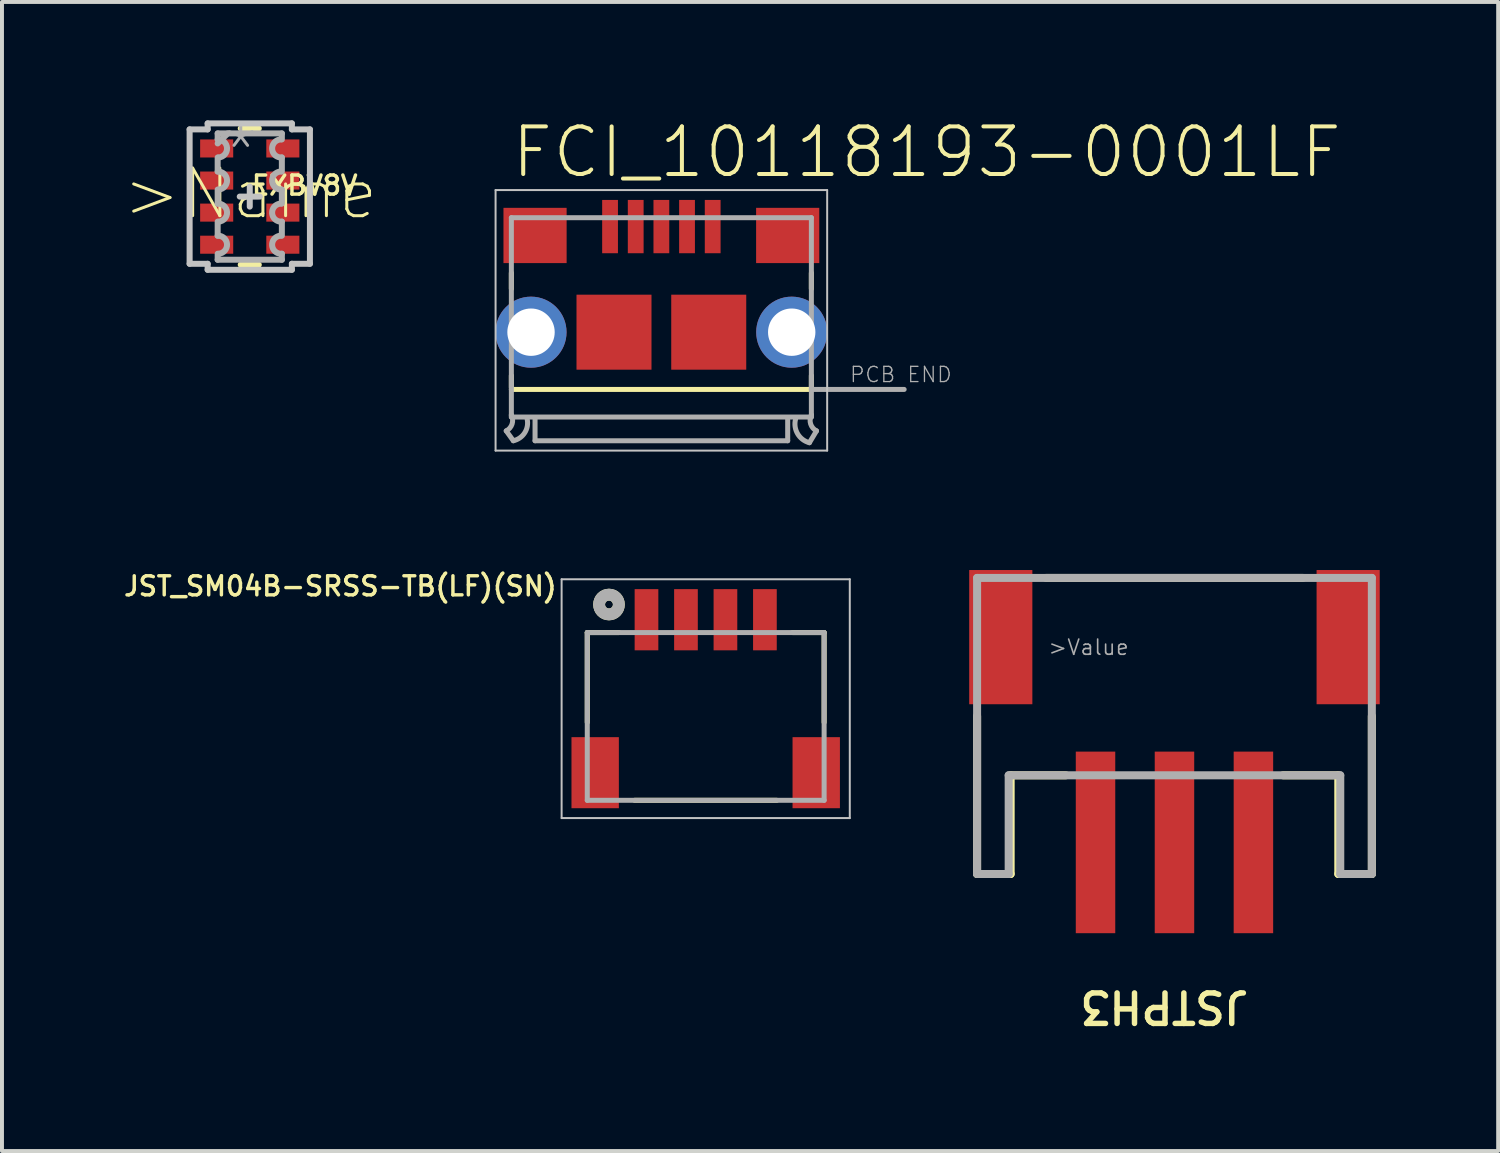
<source format=kicad_pcb>
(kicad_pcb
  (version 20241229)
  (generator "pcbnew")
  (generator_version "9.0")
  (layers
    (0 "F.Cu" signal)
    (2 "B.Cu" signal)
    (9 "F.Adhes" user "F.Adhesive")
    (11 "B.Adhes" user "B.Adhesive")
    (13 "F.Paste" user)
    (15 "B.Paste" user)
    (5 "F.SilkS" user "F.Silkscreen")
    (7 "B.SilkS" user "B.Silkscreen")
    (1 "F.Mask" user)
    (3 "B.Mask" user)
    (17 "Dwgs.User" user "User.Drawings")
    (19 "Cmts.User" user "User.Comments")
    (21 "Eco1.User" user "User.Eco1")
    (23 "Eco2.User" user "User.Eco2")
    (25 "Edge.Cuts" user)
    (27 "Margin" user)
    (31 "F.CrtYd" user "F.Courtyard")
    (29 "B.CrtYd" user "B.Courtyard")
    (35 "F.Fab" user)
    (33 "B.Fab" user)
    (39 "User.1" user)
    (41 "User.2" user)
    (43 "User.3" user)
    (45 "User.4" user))
  (footprint "JSTPH3"
    (layer "F.Cu")
    (at 26.702 15.59)
    (property "Reference" "JSTPH3" (at -2.464 7.315 180) (unlocked yes) (layer "F.SilkS") (effects (font (size 0.772 0.772) (thickness 0.139)) (justify right top)))
    (attr through_hole)
    (fp_line (start -5 3.5) (end -5 -0.5) (stroke (width 0.203) (type solid)) (layer "F.SilkS"))
    (fp_line (start -4.15 1) (end -4.15 3.5) (stroke (width 0.203) (type solid)) (layer "F.SilkS"))
    (fp_line (start -4.15 3.5) (end -5 3.5) (stroke (width 0.203) (type solid)) (layer "F.SilkS"))
    (fp_line (start -3.25 -4) (end 3.25 -4) (stroke (width 0.203) (type solid)) (layer "F.SilkS"))
    (fp_line (start -2.75 1) (end -4.15 1) (stroke (width 0.203) (type solid)) (layer "F.SilkS"))
    (fp_line (start 4.15 1) (end 2.75 1) (stroke (width 0.203) (type solid)) (layer "F.SilkS"))
    (fp_line (start 4.15 3.5) (end 4.15 1) (stroke (width 0.203) (type solid)) (layer "F.SilkS"))
    (fp_line (start 5 -0.5) (end 5 3.5) (stroke (width 0.203) (type solid)) (layer "F.SilkS"))
    (fp_line (start 5 3.5) (end 4.15 3.5) (stroke (width 0.203) (type solid)) (layer "F.SilkS"))
    (fp_line (start -5 -4) (end 5 -4) (stroke (width 0.203) (type solid)) (layer "F.Fab"))
    (fp_line (start -5 3.5) (end -5 -4) (stroke (width 0.203) (type solid)) (layer "F.Fab"))
    (fp_line (start -4.2 1) (end -4.2 3.5) (stroke (width 0.203) (type solid)) (layer "F.Fab"))
    (fp_line (start -4.2 3.5) (end -5 3.5) (stroke (width 0.203) (type solid)) (layer "F.Fab"))
    (fp_line (start 4.2 1) (end -4.2 1) (stroke (width 0.203) (type solid)) (layer "F.Fab"))
    (fp_line (start 4.2 3.5) (end 4.2 1) (stroke (width 0.203) (type solid)) (layer "F.Fab"))
    (fp_line (start 5 -4) (end 5 3.5) (stroke (width 0.203) (type solid)) (layer "F.Fab"))
    (fp_line (start 5 3.5) (end 4.2 3.5) (stroke (width 0.203) (type solid)) (layer "F.Fab"))
    (fp_text user ">Value" (at -3.223 -2.016 0) (layer "F.Fab") (effects (font (size 0.386 0.386) (thickness 0.041)) (justify left bottom)))
    (pad "1" smd rect (at -2 2.7) (size 1 4.6) (layers "F.Cu" "F.Mask" "F.Paste"))
    (pad "2" smd rect (at 0 2.7) (size 1 4.6) (layers "F.Cu" "F.Mask" "F.Paste"))
    (pad "3" smd rect (at 2 2.7) (size 1 4.6) (layers "F.Cu" "F.Mask" "F.Paste"))
    (pad "NC1" smd rect (at -4.4 -2.5 90) (size 3.4 1.6) (layers "F.Cu" "F.Mask" "F.Paste"))
    (pad "NC2" smd rect (at 4.4 -2.5 90) (size 3.4 1.6) (layers "F.Cu" "F.Mask" "F.Paste")))
  (footprint "FCI_10118193-0001LF"
    (layer "F.Cu")
    (at 13.704 5.365)
    (property "Reference" "FCI_10118193-0001LF" (at -3.854 -3.854 0) (layer "F.SilkS") (effects (font (size 1.206 1.206) (thickness 0.102)) (justify left bottom)))
    (attr through_hole)
    (fp_line (start -3.8 -1.5) (end -3.8 -1.1) (stroke (width 0.127) (type solid)) (layer "F.SilkS"))
    (fp_line (start -3.8 1.1) (end -3.8 1.4) (stroke (width 0.127) (type solid)) (layer "F.SilkS"))
    (fp_line (start -3.8 1.45) (end 3.8 1.45) (stroke (width 0.127) (type solid)) (layer "F.SilkS"))
    (fp_line (start 3.8 -1.1) (end 3.8 -1.5) (stroke (width 0.127) (type solid)) (layer "F.SilkS"))
    (fp_line (start 3.8 1.1) (end 3.8 1.4) (stroke (width 0.127) (type solid)) (layer "F.SilkS"))
    (fp_circle (center -3.302 0) (end -2.997 0) (stroke (width 1.194) (type solid)) (fill no) (layer "F.Paste"))
    (fp_circle (center 3.302 0) (end 3.607 0) (stroke (width 1.194) (type solid)) (fill no) (layer "F.Paste"))
    (fp_line (start -4.2 -3.6) (end -4.2 3) (stroke (width 0.05) (type solid)) (layer "Dwgs.User"))
    (fp_line (start -4.2 3) (end 4.2 3) (stroke (width 0.05) (type solid)) (layer "Dwgs.User"))
    (fp_line (start 4.2 -3.6) (end -4.2 -3.6) (stroke (width 0.05) (type solid)) (layer "Dwgs.User"))
    (fp_line (start 4.2 3) (end 4.2 -3.6) (stroke (width 0.05) (type solid)) (layer "Dwgs.User"))
    (fp_line (start -3.93 2.5) (end -3.75 2.75) (stroke (width 0.127) (type solid)) (layer "F.Fab"))
    (fp_line (start -3.8 -2.9) (end 3.8 -2.9) (stroke (width 0.127) (type solid)) (layer "F.Fab"))
    (fp_line (start -3.8 2.1) (end -3.8 -2.9) (stroke (width 0.127) (type solid)) (layer "F.Fab"))
    (fp_line (start -3.8 2.15) (end -3.8 2.1) (stroke (width 0.127) (type solid)) (layer "F.Fab"))
    (fp_line (start -3.2 2.2) (end -3.2 2.75) (stroke (width 0.127) (type solid)) (layer "F.Fab"))
    (fp_line (start -3.2 2.75) (end 3.2 2.75) (stroke (width 0.127) (type solid)) (layer "F.Fab"))
    (fp_line (start 3.2 2.75) (end 3.2 2.2) (stroke (width 0.127) (type solid)) (layer "F.Fab"))
    (fp_line (start 3.8 -2.9) (end 3.8 1.45) (stroke (width 0.127) (type solid)) (layer "F.Fab"))
    (fp_line (start 3.8 1.45) (end 3.8 2.1) (stroke (width 0.127) (type solid)) (layer "F.Fab"))
    (fp_line (start 3.8 1.45) (end 6.15 1.45) (stroke (width 0.127) (type solid)) (layer "F.Fab"))
    (fp_line (start 3.8 2.1) (end 3.8 2.15) (stroke (width 0.127) (type solid)) (layer "F.Fab"))
    (fp_line (start 3.8 2.15) (end -3.8 2.15) (stroke (width 0.127) (type solid)) (layer "F.Fab"))
    (fp_line (start 3.93 2.5) (end 3.75 2.8) (stroke (width 0.127) (type solid)) (layer "F.Fab"))
    (fp_arc (start -3.8 2.1) (mid -3.782157 2.326924) (end -3.93 2.5) (stroke (width 0.127) (type solid)) (layer "F.Fab"))
    (fp_arc (start -3.4 2.2) (mid -3.461091 2.547487) (end -3.75 2.75) (stroke (width 0.127) (type solid)) (layer "F.Fab"))
    (fp_arc (start 3.75 2.8) (mid 3.450736 2.572487) (end 3.4 2.2) (stroke (width 0.127) (type solid)) (layer "F.Fab"))
    (fp_arc (start 3.93 2.5) (mid 3.782157 2.326924) (end 3.8 2.1) (stroke (width 0.127) (type solid)) (layer "F.Fab"))
    (fp_text user "PCB END" (at 4.75 1.3 0) (layer "F.Fab") (effects (font (size 0.386 0.386) (thickness 0.033)) (justify left bottom)))
    (pad "1" smd rect (at -1.3 -2.675) (size 0.4 1.35) (layers "F.Cu" "F.Mask" "F.Paste"))
    (pad "2" smd rect (at -0.65 -2.675) (size 0.4 1.35) (layers "F.Cu" "F.Mask" "F.Paste"))
    (pad "3" smd rect (at 0 -2.675) (size 0.4 1.35) (layers "F.Cu" "F.Mask" "F.Paste"))
    (pad "4" smd rect (at 0.65 -2.675) (size 0.4 1.35) (layers "F.Cu" "F.Mask" "F.Paste"))
    (pad "5" smd rect (at 1.3 -2.675) (size 0.4 1.35) (layers "F.Cu" "F.Mask" "F.Paste"))
    (pad "S1" smd rect (at -3.2 -2.45) (size 1.6 1.4) (layers "F.Cu" "F.Mask" "F.Paste"))
    (pad "S2" smd rect (at 3.2 -2.45) (size 1.6 1.4) (layers "F.Cu" "F.Mask" "F.Paste"))
    (pad "S3" smd rect (at 1.2 0) (size 1.9 1.9) (layers "F.Cu" "F.Mask" "F.Paste"))
    (pad "S4" smd rect (at -1.2 0) (size 1.9 1.9) (layers "F.Cu" "F.Mask" "F.Paste"))
    (pad "S5" thru_hole circle (at 3.302 0) (size 1.8 1.8) (drill 1.2) (layers "*.Cu" "*.Mask"))
    (pad "S6" thru_hole circle (at -3.302 0) (size 1.8 1.8) (drill 1.2) (layers "*.Cu" "*.Mask")))
  (footprint "JST_SM04B-SRSS-TB(LF)(SN)"
    (layer "F.Cu")
    (at 14.827 12.649)
    (property "Reference" "JST_SM04B-SRSS-TB(LF)(SN)" (at -3.724 -1.132 0) (layer "F.SilkS") (effects (font (size 0.483 0.483) (thickness 0.087)) (justify right top)))
    (attr through_hole)
    (fp_line (start -3 0.325) (end -3 2.6) (stroke (width 0.127) (type solid)) (layer "F.SilkS"))
    (fp_line (start -2.2 0.325) (end -3 0.325) (stroke (width 0.127) (type solid)) (layer "F.SilkS"))
    (fp_line (start -1.8 4.575) (end 1.8 4.575) (stroke (width 0.127) (type solid)) (layer "F.SilkS"))
    (fp_line (start 2.2 0.325) (end 3 0.325) (stroke (width 0.127) (type solid)) (layer "F.SilkS"))
    (fp_line (start 3 0.325) (end 3 2.6) (stroke (width 0.127) (type solid)) (layer "F.SilkS"))
    (fp_circle (center -2.45 -0.385) (end -2.35 -0.385) (stroke (width 0.3) (type solid)) (fill no) (layer "F.SilkS"))
    (fp_line (start -3.65 -1.025) (end 3.65 -1.025) (stroke (width 0.05) (type solid)) (layer "Dwgs.User"))
    (fp_line (start -3.65 5.025) (end -3.65 -1.025) (stroke (width 0.05) (type solid)) (layer "Dwgs.User"))
    (fp_line (start 3.65 -1.025) (end 3.65 5.025) (stroke (width 0.05) (type solid)) (layer "Dwgs.User"))
    (fp_line (start 3.65 5.025) (end -3.65 5.025) (stroke (width 0.05) (type solid)) (layer "Dwgs.User"))
    (fp_line (start -3 0.325) (end 3 0.325) (stroke (width 0.127) (type solid)) (layer "F.Fab"))
    (fp_line (start -3 4.575) (end -3 0.325) (stroke (width 0.127) (type solid)) (layer "F.Fab"))
    (fp_line (start 3 0.325) (end 3 4.575) (stroke (width 0.127) (type solid)) (layer "F.Fab"))
    (fp_line (start 3 4.575) (end -3 4.575) (stroke (width 0.127) (type solid)) (layer "F.Fab"))
    (fp_circle (center -2.45 -0.385) (end -2.35 -0.385) (stroke (width 0.3) (type solid)) (fill no) (layer "F.Fab"))
    (pad "1" smd rect (at -1.5 0) (size 0.6 1.55) (layers "F.Cu" "F.Mask" "F.Paste"))
    (pad "2" smd rect (at -0.5 0) (size 0.6 1.55) (layers "F.Cu" "F.Mask" "F.Paste"))
    (pad "3" smd rect (at 0.5 0) (size 0.6 1.55) (layers "F.Cu" "F.Mask" "F.Paste"))
    (pad "4" smd rect (at 1.5 0) (size 0.6 1.55) (layers "F.Cu" "F.Mask" "F.Paste"))
    (pad "S1" smd rect (at -2.8 3.875 180) (size 1.2 1.8) (layers "F.Cu" "F.Mask" "F.Paste"))
    (pad "S2" smd rect (at 2.8 3.875 180) (size 1.2 1.8) (layers "F.Cu" "F.Mask" "F.Paste")))
  (footprint "EXBV8V"
    (layer "F.Cu")
    (at 3.277 1.93)
    (property "Reference" "EXBV8V" (at 0 0 0) (layer "F.SilkS") (effects (font (size 0.483 0.483) (thickness 0.087)) (justify left bottom)))
    (attr through_hole)
    (fp_line (start -0.229 -1.727) (end 0.229 -1.727) (stroke (width 0.152) (type solid)) (layer "F.SilkS"))
    (fp_line (start -0.229 1.727) (end 0.229 1.727) (stroke (width 0.152) (type solid)) (layer "F.SilkS"))
    (fp_line (start -1.524 -1.702) (end -1.067 -1.702) (stroke (width 0.152) (type solid)) (layer "Dwgs.User"))
    (fp_line (start -1.524 1.702) (end -1.524 -1.702) (stroke (width 0.152) (type solid)) (layer "Dwgs.User"))
    (fp_line (start -1.524 1.702) (end -1.067 1.702) (stroke (width 0.152) (type solid)) (layer "Dwgs.User"))
    (fp_line (start -1.067 -1.854) (end 1.067 -1.854) (stroke (width 0.152) (type solid)) (layer "Dwgs.User"))
    (fp_line (start -1.067 -1.702) (end -1.067 -1.854) (stroke (width 0.152) (type solid)) (layer "Dwgs.User"))
    (fp_line (start -1.067 1.854) (end -1.067 1.702) (stroke (width 0.152) (type solid)) (layer "Dwgs.User"))
    (fp_line (start -0.254 0) (end 0.254 0) (stroke (width 0.152) (type solid)) (layer "Dwgs.User"))
    (fp_line (start 0 0.254) (end 0 -0.254) (stroke (width 0.152) (type solid)) (layer "Dwgs.User"))
    (fp_line (start 1.067 -1.854) (end 1.067 -1.702) (stroke (width 0.152) (type solid)) (layer "Dwgs.User"))
    (fp_line (start 1.067 1.702) (end 1.067 1.854) (stroke (width 0.152) (type solid)) (layer "Dwgs.User"))
    (fp_line (start 1.067 1.854) (end -1.067 1.854) (stroke (width 0.152) (type solid)) (layer "Dwgs.User"))
    (fp_line (start 1.524 -1.702) (end 1.067 -1.702) (stroke (width 0.152) (type solid)) (layer "Dwgs.User"))
    (fp_line (start 1.524 -1.702) (end 1.524 1.702) (stroke (width 0.152) (type solid)) (layer "Dwgs.User"))
    (fp_line (start 1.524 1.702) (end 1.067 1.702) (stroke (width 0.152) (type solid)) (layer "Dwgs.User"))
    (fp_poly (pts (xy -1.511 1.702) (xy -1.511 -1.702) (xy -1.054 -1.702) (xy -1.054 -1.854) (xy 1.054 -1.854) (xy 1.054 -1.702) (xy 1.511 -1.702) (xy 1.511 1.702) (xy 1.054 1.702) (xy 1.054 1.854) (xy -1.054 1.854) (xy -1.054 1.702)) (stroke (width 0.1) (type solid)) (fill no) (layer "Dwgs.User"))
    (fp_line (start -0.813 -1.6) (end 0.813 -1.6) (stroke (width 0.152) (type solid)) (layer "F.Fab"))
    (fp_line (start -0.813 -1.448) (end -0.813 -1.6) (stroke (width 0.152) (type solid)) (layer "F.Fab"))
    (fp_line (start -0.813 -0.991) (end -0.813 -0.635) (stroke (width 0.152) (type solid)) (layer "F.Fab"))
    (fp_line (start -0.813 -0.178) (end -0.813 0.178) (stroke (width 0.152) (type solid)) (layer "F.Fab"))
    (fp_line (start -0.813 0.635) (end -0.813 0.991) (stroke (width 0.152) (type solid)) (layer "F.Fab"))
    (fp_line (start -0.813 1.448) (end -0.813 1.6) (stroke (width 0.152) (type solid)) (layer "F.Fab"))
    (fp_line (start -0.813 1.6) (end 0.813 1.6) (stroke (width 0.152) (type solid)) (layer "F.Fab"))
    (fp_line (start -0.559 -1.6) (end -0.813 -1.346) (stroke (width 0.152) (type solid)) (layer "F.Fab"))
    (fp_line (start 0.813 -1.448) (end 0.813 -1.6) (stroke (width 0.152) (type solid)) (layer "F.Fab"))
    (fp_line (start 0.813 -0.991) (end 0.813 -0.635) (stroke (width 0.152) (type solid)) (layer "F.Fab"))
    (fp_line (start 0.813 -0.178) (end 0.813 0.178) (stroke (width 0.152) (type solid)) (layer "F.Fab"))
    (fp_line (start 0.813 0.635) (end 0.813 0.991) (stroke (width 0.152) (type solid)) (layer "F.Fab"))
    (fp_line (start 0.813 1.448) (end 0.813 1.6) (stroke (width 0.152) (type solid)) (layer "F.Fab"))
    (fp_arc (start -0.8128 -1.4478) (mid -0.5715 -1.2319) (end -0.7874 -0.9906) (stroke (width 0.1524) (type solid)) (layer "F.Fab"))
    (fp_arc (start -0.8128 -0.635) (mid -0.5715 -0.4191) (end -0.7874 -0.1778) (stroke (width 0.1524) (type solid)) (layer "F.Fab"))
    (fp_arc (start -0.8128 0.1778) (mid -0.5715 0.3937) (end -0.7874 0.635) (stroke (width 0.1524) (type solid)) (layer "F.Fab"))
    (fp_arc (start -0.8128 0.9906) (mid -0.5715 1.2065) (end -0.7874 1.4478) (stroke (width 0.1524) (type solid)) (layer "F.Fab"))
    (fp_arc (start 0.8128 -0.9906) (mid 0.5715 -1.2065) (end 0.7874 -1.4478) (stroke (width 0.1524) (type solid)) (layer "F.Fab"))
    (fp_arc (start 0.8128 -0.1778) (mid 0.5715 -0.3937) (end 0.7874 -0.635) (stroke (width 0.1524) (type solid)) (layer "F.Fab"))
    (fp_arc (start 0.8128 0.635) (mid 0.5715 0.4191) (end 0.7874 0.1778) (stroke (width 0.1524) (type solid)) (layer "F.Fab"))
    (fp_arc (start 0.8128 1.4478) (mid 0.5715 1.2319) (end 0.7874 0.9906) (stroke (width 0.1524) (type solid)) (layer "F.Fab"))
    (fp_text user ">Name" (at -3.277 0.635 0) (layer "F.SilkS") (effects (font (size 1.206 1.206) (thickness 0.076)) (justify left bottom)))
    (fp_text user "*" (at -0.737 -0.457 0) (layer "F.Fab") (effects (font (size 1.206 1.206) (thickness 0.076)) (justify left bottom)))
    (pad "1" smd rect (at -0.838 -1.219) (size 0.838 0.457) (layers "F.Cu" "F.Mask" "F.Paste"))
    (pad "2" smd rect (at -0.838 -0.406) (size 0.838 0.457) (layers "F.Cu" "F.Mask" "F.Paste"))
    (pad "3" smd rect (at -0.838 0.406) (size 0.838 0.457) (layers "F.Cu" "F.Mask" "F.Paste"))
    (pad "4" smd rect (at -0.838 1.219) (size 0.838 0.457) (layers "F.Cu" "F.Mask" "F.Paste"))
    (pad "5" smd rect (at 0.838 1.219 180) (size 0.838 0.457) (layers "F.Cu" "F.Mask" "F.Paste"))
    (pad "6" smd rect (at 0.838 0.406 180) (size 0.838 0.457) (layers "F.Cu" "F.Mask" "F.Paste"))
    (pad "7" smd rect (at 0.838 -0.406 180) (size 0.838 0.457) (layers "F.Cu" "F.Mask" "F.Paste"))
    (pad "8" smd rect (at 0.838 -1.219 180) (size 0.838 0.457) (layers "F.Cu" "F.Mask" "F.Paste")))
  (gr_rect
    (start -3 -3)
    (end 34.902 26.108)
    (stroke (width 0.1) (type default))
    (fill no)
    (layer "Edge.Cuts")))
</source>
